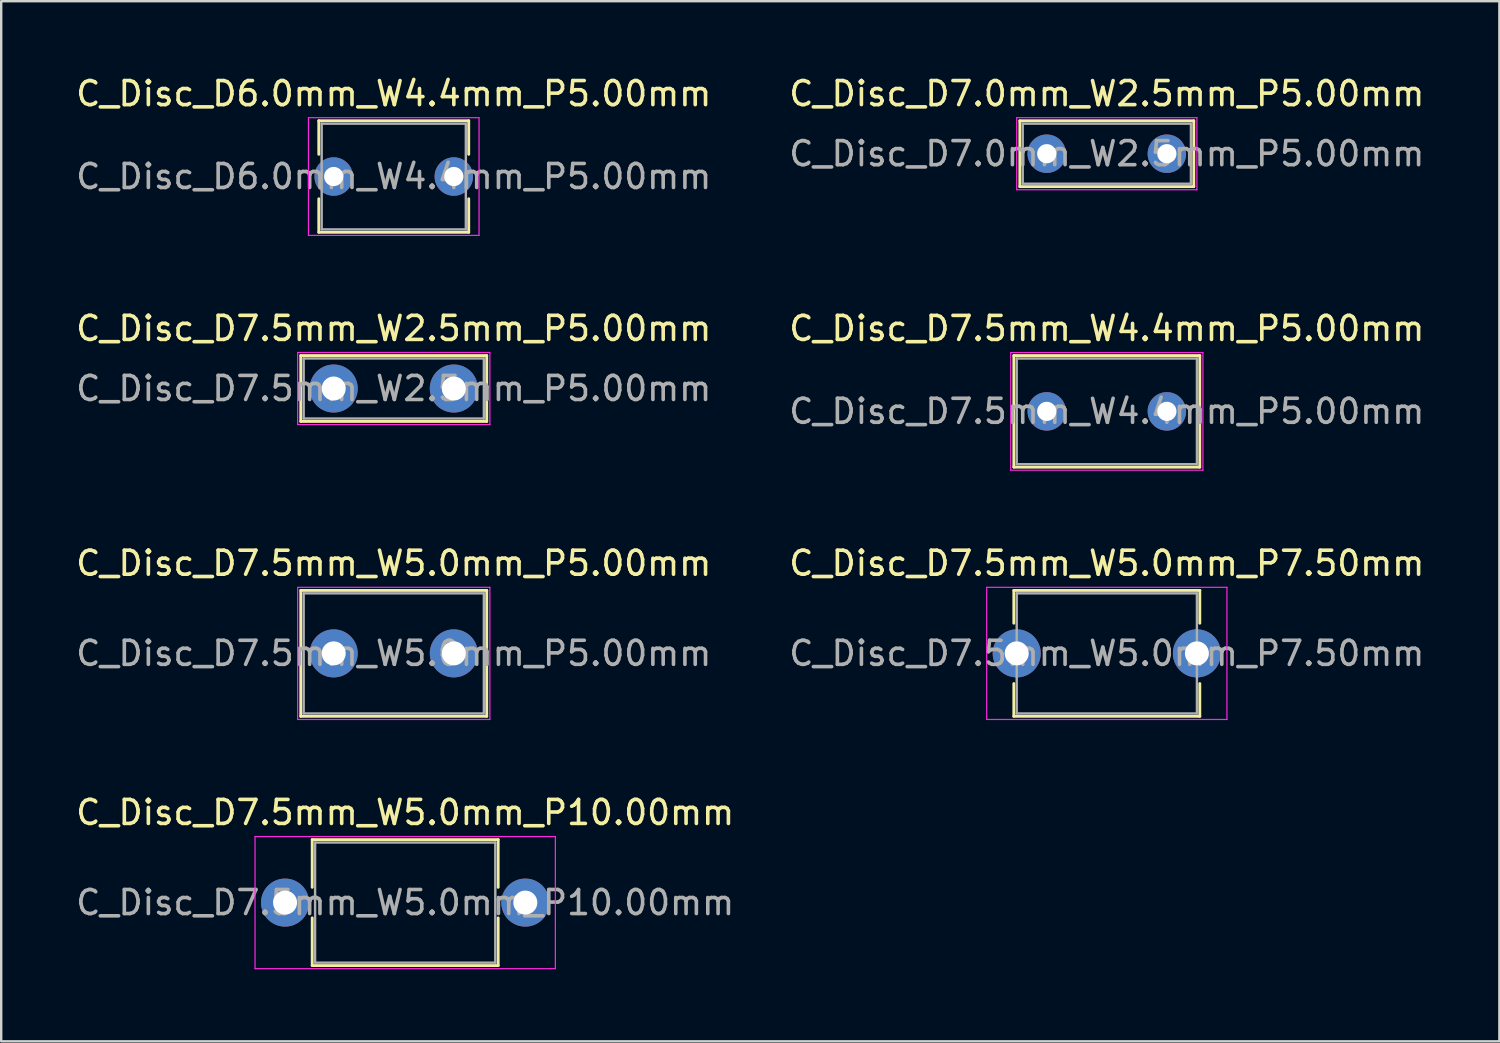
<source format=kicad_pcb>
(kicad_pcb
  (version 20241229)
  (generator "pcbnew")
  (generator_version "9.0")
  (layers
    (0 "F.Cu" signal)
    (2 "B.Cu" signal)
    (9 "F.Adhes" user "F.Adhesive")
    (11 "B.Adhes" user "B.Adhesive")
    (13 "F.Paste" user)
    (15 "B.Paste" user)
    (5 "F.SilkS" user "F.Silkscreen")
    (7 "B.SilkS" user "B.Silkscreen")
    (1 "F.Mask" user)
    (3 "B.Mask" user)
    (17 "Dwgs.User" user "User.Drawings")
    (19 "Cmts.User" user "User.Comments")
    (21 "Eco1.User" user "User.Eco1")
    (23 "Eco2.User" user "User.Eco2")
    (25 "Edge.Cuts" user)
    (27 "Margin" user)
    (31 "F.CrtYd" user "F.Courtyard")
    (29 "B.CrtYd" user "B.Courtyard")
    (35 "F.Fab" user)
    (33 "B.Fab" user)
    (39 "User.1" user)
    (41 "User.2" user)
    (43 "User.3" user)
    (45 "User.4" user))
  (footprint "C_Disc_D7.5mm_W5.0mm_P5.00mm"
    (layer "F.Cu")
    (at 10.839 24.145)
    (property "Reference" "C_Disc_D7.5mm_W5.0mm_P5.00mm" (at 2.5 -3.75 0) (layer "F.SilkS") (effects (font (size 1 1) (thickness 0.15))))
    (attr through_hole)
    (fp_line (start -1.37 -2.62) (end -1.37 2.62) (stroke (width 0.12) (type solid)) (layer "F.SilkS"))
    (fp_line (start -1.37 -2.62) (end 6.37 -2.62) (stroke (width 0.12) (type solid)) (layer "F.SilkS"))
    (fp_line (start -1.37 2.62) (end 6.37 2.62) (stroke (width 0.12) (type solid)) (layer "F.SilkS"))
    (fp_line (start 6.37 -2.62) (end 6.37 2.62) (stroke (width 0.12) (type solid)) (layer "F.SilkS"))
    (fp_line (start -1.5 -2.75) (end -1.5 2.75) (stroke (width 0.05) (type solid)) (layer "F.CrtYd"))
    (fp_line (start -1.5 2.75) (end 6.5 2.75) (stroke (width 0.05) (type solid)) (layer "F.CrtYd"))
    (fp_line (start 6.5 -2.75) (end -1.5 -2.75) (stroke (width 0.05) (type solid)) (layer "F.CrtYd"))
    (fp_line (start 6.5 2.75) (end 6.5 -2.75) (stroke (width 0.05) (type solid)) (layer "F.CrtYd"))
    (fp_line (start -1.25 -2.5) (end -1.25 2.5) (stroke (width 0.1) (type solid)) (layer "F.Fab"))
    (fp_line (start -1.25 2.5) (end 6.25 2.5) (stroke (width 0.1) (type solid)) (layer "F.Fab"))
    (fp_line (start 6.25 -2.5) (end -1.25 -2.5) (stroke (width 0.1) (type solid)) (layer "F.Fab"))
    (fp_line (start 6.25 2.5) (end 6.25 -2.5) (stroke (width 0.1) (type solid)) (layer "F.Fab"))
    (fp_text user "${REFERENCE}" (at 2.5 0 0) (layer "F.Fab") (effects (font (size 1 1) (thickness 0.15))))
    (pad "1" thru_hole circle (at 0 0) (size 2 2) (drill 1) (layers "*.Cu" "*.Mask"))
    (pad "2" thru_hole circle (at 5 0) (size 2 2) (drill 1) (layers "*.Cu" "*.Mask")))
  (footprint "C_Disc_D7.0mm_W2.5mm_P5.00mm"
    (layer "F.Cu")
    (at 40.518 3.348)
    (property "Reference" "C_Disc_D7.0mm_W2.5mm_P5.00mm" (at 2.5 -2.5 0) (layer "F.SilkS") (effects (font (size 1 1) (thickness 0.15))))
    (attr through_hole)
    (fp_line (start -1.12 -1.37) (end -1.12 1.37) (stroke (width 0.12) (type solid)) (layer "F.SilkS"))
    (fp_line (start -1.12 -1.37) (end 6.12 -1.37) (stroke (width 0.12) (type solid)) (layer "F.SilkS"))
    (fp_line (start -1.12 1.37) (end 6.12 1.37) (stroke (width 0.12) (type solid)) (layer "F.SilkS"))
    (fp_line (start 6.12 -1.37) (end 6.12 1.37) (stroke (width 0.12) (type solid)) (layer "F.SilkS"))
    (fp_line (start -1.25 -1.5) (end -1.25 1.5) (stroke (width 0.05) (type solid)) (layer "F.CrtYd"))
    (fp_line (start -1.25 1.5) (end 6.25 1.5) (stroke (width 0.05) (type solid)) (layer "F.CrtYd"))
    (fp_line (start 6.25 -1.5) (end -1.25 -1.5) (stroke (width 0.05) (type solid)) (layer "F.CrtYd"))
    (fp_line (start 6.25 1.5) (end 6.25 -1.5) (stroke (width 0.05) (type solid)) (layer "F.CrtYd"))
    (fp_line (start -1 -1.25) (end -1 1.25) (stroke (width 0.1) (type solid)) (layer "F.Fab"))
    (fp_line (start -1 1.25) (end 6 1.25) (stroke (width 0.1) (type solid)) (layer "F.Fab"))
    (fp_line (start 6 -1.25) (end -1 -1.25) (stroke (width 0.1) (type solid)) (layer "F.Fab"))
    (fp_line (start 6 1.25) (end 6 -1.25) (stroke (width 0.1) (type solid)) (layer "F.Fab"))
    (fp_text user "${REFERENCE}" (at 2.5 0 0) (layer "F.Fab") (effects (font (size 1 1) (thickness 0.15))))
    (pad "1" thru_hole circle (at 0 0) (size 1.6 1.6) (drill 0.8) (layers "*.Cu" "*.Mask"))
    (pad "2" thru_hole circle (at 5 0) (size 1.6 1.6) (drill 0.8) (layers "*.Cu" "*.Mask")))
  (footprint "C_Disc_D6.0mm_W4.4mm_P5.00mm"
    (layer "F.Cu")
    (at 10.839 4.298)
    (property "Reference" "C_Disc_D6.0mm_W4.4mm_P5.00mm" (at 2.5 -3.45 0) (layer "F.SilkS") (effects (font (size 1 1) (thickness 0.15))))
    (attr through_hole)
    (fp_line (start -0.62 -2.321) (end -0.62 -0.925) (stroke (width 0.12) (type solid)) (layer "F.SilkS"))
    (fp_line (start -0.62 -2.321) (end 5.62 -2.321) (stroke (width 0.12) (type solid)) (layer "F.SilkS"))
    (fp_line (start -0.62 0.925) (end -0.62 2.321) (stroke (width 0.12) (type solid)) (layer "F.SilkS"))
    (fp_line (start -0.62 2.321) (end 5.62 2.321) (stroke (width 0.12) (type solid)) (layer "F.SilkS"))
    (fp_line (start 5.62 -2.321) (end 5.62 -0.925) (stroke (width 0.12) (type solid)) (layer "F.SilkS"))
    (fp_line (start 5.62 0.925) (end 5.62 2.321) (stroke (width 0.12) (type solid)) (layer "F.SilkS"))
    (fp_line (start -1.05 -2.45) (end -1.05 2.45) (stroke (width 0.05) (type solid)) (layer "F.CrtYd"))
    (fp_line (start -1.05 2.45) (end 6.05 2.45) (stroke (width 0.05) (type solid)) (layer "F.CrtYd"))
    (fp_line (start 6.05 -2.45) (end -1.05 -2.45) (stroke (width 0.05) (type solid)) (layer "F.CrtYd"))
    (fp_line (start 6.05 2.45) (end 6.05 -2.45) (stroke (width 0.05) (type solid)) (layer "F.CrtYd"))
    (fp_line (start -0.5 -2.2) (end -0.5 2.2) (stroke (width 0.1) (type solid)) (layer "F.Fab"))
    (fp_line (start -0.5 2.2) (end 5.5 2.2) (stroke (width 0.1) (type solid)) (layer "F.Fab"))
    (fp_line (start 5.5 -2.2) (end -0.5 -2.2) (stroke (width 0.1) (type solid)) (layer "F.Fab"))
    (fp_line (start 5.5 2.2) (end 5.5 -2.2) (stroke (width 0.1) (type solid)) (layer "F.Fab"))
    (fp_text user "${REFERENCE}" (at 2.5 0 0) (layer "F.Fab") (effects (font (size 1 1) (thickness 0.15))))
    (pad "1" thru_hole circle (at 0 0) (size 1.6 1.6) (drill 0.8) (layers "*.Cu" "*.Mask"))
    (pad "2" thru_hole circle (at 5 0) (size 1.6 1.6) (drill 0.8) (layers "*.Cu" "*.Mask")))
  (footprint "C_Disc_D7.5mm_W2.5mm_P5.00mm"
    (layer "F.Cu")
    (at 10.839 13.121)
    (property "Reference" "C_Disc_D7.5mm_W2.5mm_P5.00mm" (at 2.5 -2.5 0) (layer "F.SilkS") (effects (font (size 1 1) (thickness 0.15))))
    (attr through_hole)
    (fp_line (start -1.37 -1.37) (end -1.37 1.37) (stroke (width 0.12) (type solid)) (layer "F.SilkS"))
    (fp_line (start -1.37 -1.37) (end 6.37 -1.37) (stroke (width 0.12) (type solid)) (layer "F.SilkS"))
    (fp_line (start -1.37 1.37) (end 6.37 1.37) (stroke (width 0.12) (type solid)) (layer "F.SilkS"))
    (fp_line (start 6.37 -1.37) (end 6.37 1.37) (stroke (width 0.12) (type solid)) (layer "F.SilkS"))
    (fp_line (start -1.5 -1.5) (end -1.5 1.5) (stroke (width 0.05) (type solid)) (layer "F.CrtYd"))
    (fp_line (start -1.5 1.5) (end 6.5 1.5) (stroke (width 0.05) (type solid)) (layer "F.CrtYd"))
    (fp_line (start 6.5 -1.5) (end -1.5 -1.5) (stroke (width 0.05) (type solid)) (layer "F.CrtYd"))
    (fp_line (start 6.5 1.5) (end 6.5 -1.5) (stroke (width 0.05) (type solid)) (layer "F.CrtYd"))
    (fp_line (start -1.25 -1.25) (end -1.25 1.25) (stroke (width 0.1) (type solid)) (layer "F.Fab"))
    (fp_line (start -1.25 1.25) (end 6.25 1.25) (stroke (width 0.1) (type solid)) (layer "F.Fab"))
    (fp_line (start 6.25 -1.25) (end -1.25 -1.25) (stroke (width 0.1) (type solid)) (layer "F.Fab"))
    (fp_line (start 6.25 1.25) (end 6.25 -1.25) (stroke (width 0.1) (type solid)) (layer "F.Fab"))
    (fp_text user "${REFERENCE}" (at 2.5 0 0) (layer "F.Fab") (effects (font (size 1 1) (thickness 0.15))))
    (pad "1" thru_hole circle (at 0 0) (size 2 2) (drill 1) (layers "*.Cu" "*.Mask"))
    (pad "2" thru_hole circle (at 5 0) (size 2 2) (drill 1) (layers "*.Cu" "*.Mask")))
  (footprint "C_Disc_D7.5mm_W4.4mm_P5.00mm"
    (layer "F.Cu")
    (at 40.518 14.072)
    (property "Reference" "C_Disc_D7.5mm_W4.4mm_P5.00mm" (at 2.5 -3.45 0) (layer "F.SilkS") (effects (font (size 1 1) (thickness 0.15))))
    (attr through_hole)
    (fp_line (start -1.37 -2.321) (end -1.37 2.321) (stroke (width 0.12) (type solid)) (layer "F.SilkS"))
    (fp_line (start -1.37 -2.321) (end 6.37 -2.321) (stroke (width 0.12) (type solid)) (layer "F.SilkS"))
    (fp_line (start -1.37 2.321) (end 6.37 2.321) (stroke (width 0.12) (type solid)) (layer "F.SilkS"))
    (fp_line (start 6.37 -2.321) (end 6.37 2.321) (stroke (width 0.12) (type solid)) (layer "F.SilkS"))
    (fp_line (start -1.5 -2.45) (end -1.5 2.45) (stroke (width 0.05) (type solid)) (layer "F.CrtYd"))
    (fp_line (start -1.5 2.45) (end 6.5 2.45) (stroke (width 0.05) (type solid)) (layer "F.CrtYd"))
    (fp_line (start 6.5 -2.45) (end -1.5 -2.45) (stroke (width 0.05) (type solid)) (layer "F.CrtYd"))
    (fp_line (start 6.5 2.45) (end 6.5 -2.45) (stroke (width 0.05) (type solid)) (layer "F.CrtYd"))
    (fp_line (start -1.25 -2.2) (end -1.25 2.2) (stroke (width 0.1) (type solid)) (layer "F.Fab"))
    (fp_line (start -1.25 2.2) (end 6.25 2.2) (stroke (width 0.1) (type solid)) (layer "F.Fab"))
    (fp_line (start 6.25 -2.2) (end -1.25 -2.2) (stroke (width 0.1) (type solid)) (layer "F.Fab"))
    (fp_line (start 6.25 2.2) (end 6.25 -2.2) (stroke (width 0.1) (type solid)) (layer "F.Fab"))
    (fp_text user "${REFERENCE}" (at 2.5 0 0) (layer "F.Fab") (effects (font (size 1 1) (thickness 0.15))))
    (pad "1" thru_hole circle (at 0 0) (size 1.6 1.6) (drill 0.8) (layers "*.Cu" "*.Mask"))
    (pad "2" thru_hole circle (at 5 0) (size 1.6 1.6) (drill 0.8) (layers "*.Cu" "*.Mask")))
  (footprint "C_Disc_D7.5mm_W5.0mm_P10.00mm"
    (layer "F.Cu")
    (at 8.815 34.518)
    (property "Reference" "C_Disc_D7.5mm_W5.0mm_P10.00mm" (at 5 -3.75 0) (layer "F.SilkS") (effects (font (size 1 1) (thickness 0.15))))
    (attr through_hole)
    (fp_line (start 1.13 -2.62) (end 1.13 -0.636) (stroke (width 0.12) (type solid)) (layer "F.SilkS"))
    (fp_line (start 1.13 -2.62) (end 8.87 -2.62) (stroke (width 0.12) (type solid)) (layer "F.SilkS"))
    (fp_line (start 1.13 0.636) (end 1.13 2.62) (stroke (width 0.12) (type solid)) (layer "F.SilkS"))
    (fp_line (start 1.13 2.62) (end 8.87 2.62) (stroke (width 0.12) (type solid)) (layer "F.SilkS"))
    (fp_line (start 8.87 -2.62) (end 8.87 -0.636) (stroke (width 0.12) (type solid)) (layer "F.SilkS"))
    (fp_line (start 8.87 0.636) (end 8.87 2.62) (stroke (width 0.12) (type solid)) (layer "F.SilkS"))
    (fp_line (start -1.25 -2.75) (end -1.25 2.75) (stroke (width 0.05) (type solid)) (layer "F.CrtYd"))
    (fp_line (start -1.25 2.75) (end 11.25 2.75) (stroke (width 0.05) (type solid)) (layer "F.CrtYd"))
    (fp_line (start 11.25 -2.75) (end -1.25 -2.75) (stroke (width 0.05) (type solid)) (layer "F.CrtYd"))
    (fp_line (start 11.25 2.75) (end 11.25 -2.75) (stroke (width 0.05) (type solid)) (layer "F.CrtYd"))
    (fp_line (start 1.25 -2.5) (end 1.25 2.5) (stroke (width 0.1) (type solid)) (layer "F.Fab"))
    (fp_line (start 1.25 2.5) (end 8.75 2.5) (stroke (width 0.1) (type solid)) (layer "F.Fab"))
    (fp_line (start 8.75 -2.5) (end 1.25 -2.5) (stroke (width 0.1) (type solid)) (layer "F.Fab"))
    (fp_line (start 8.75 2.5) (end 8.75 -2.5) (stroke (width 0.1) (type solid)) (layer "F.Fab"))
    (fp_text user "${REFERENCE}" (at 5 0 0) (layer "F.Fab") (effects (font (size 1 1) (thickness 0.15))))
    (pad "1" thru_hole circle (at 0 0) (size 2 2) (drill 1) (layers "*.Cu" "*.Mask"))
    (pad "2" thru_hole circle (at 10 0) (size 2 2) (drill 1) (layers "*.Cu" "*.Mask")))
  (footprint "C_Disc_D7.5mm_W5.0mm_P7.50mm"
    (layer "F.Cu")
    (at 39.268 24.145)
    (property "Reference" "C_Disc_D7.5mm_W5.0mm_P7.50mm" (at 3.75 -3.75 0) (layer "F.SilkS") (effects (font (size 1 1) (thickness 0.15))))
    (attr through_hole)
    (fp_line (start -0.12 -2.62) (end -0.12 -1.256) (stroke (width 0.12) (type solid)) (layer "F.SilkS"))
    (fp_line (start -0.12 -2.62) (end 7.62 -2.62) (stroke (width 0.12) (type solid)) (layer "F.SilkS"))
    (fp_line (start -0.12 1.256) (end -0.12 2.62) (stroke (width 0.12) (type solid)) (layer "F.SilkS"))
    (fp_line (start -0.12 2.62) (end 7.62 2.62) (stroke (width 0.12) (type solid)) (layer "F.SilkS"))
    (fp_line (start 7.62 -2.62) (end 7.62 -1.256) (stroke (width 0.12) (type solid)) (layer "F.SilkS"))
    (fp_line (start 7.62 1.256) (end 7.62 2.62) (stroke (width 0.12) (type solid)) (layer "F.SilkS"))
    (fp_line (start -1.25 -2.75) (end -1.25 2.75) (stroke (width 0.05) (type solid)) (layer "F.CrtYd"))
    (fp_line (start -1.25 2.75) (end 8.75 2.75) (stroke (width 0.05) (type solid)) (layer "F.CrtYd"))
    (fp_line (start 8.75 -2.75) (end -1.25 -2.75) (stroke (width 0.05) (type solid)) (layer "F.CrtYd"))
    (fp_line (start 8.75 2.75) (end 8.75 -2.75) (stroke (width 0.05) (type solid)) (layer "F.CrtYd"))
    (fp_line (start 0 -2.5) (end 0 2.5) (stroke (width 0.1) (type solid)) (layer "F.Fab"))
    (fp_line (start 0 2.5) (end 7.5 2.5) (stroke (width 0.1) (type solid)) (layer "F.Fab"))
    (fp_line (start 7.5 -2.5) (end 0 -2.5) (stroke (width 0.1) (type solid)) (layer "F.Fab"))
    (fp_line (start 7.5 2.5) (end 7.5 -2.5) (stroke (width 0.1) (type solid)) (layer "F.Fab"))
    (fp_text user "${REFERENCE}" (at 3.75 0 0) (layer "F.Fab") (effects (font (size 1 1) (thickness 0.15))))
    (pad "1" thru_hole circle (at 0 0) (size 2 2) (drill 1) (layers "*.Cu" "*.Mask"))
    (pad "2" thru_hole circle (at 7.5 0) (size 2 2) (drill 1) (layers "*.Cu" "*.Mask")))
  (gr_rect
    (start -3 -3)
    (end 59.357 40.293)
    (stroke (width 0.1) (type default))
    (fill no)
    (layer "Edge.Cuts")))
</source>
